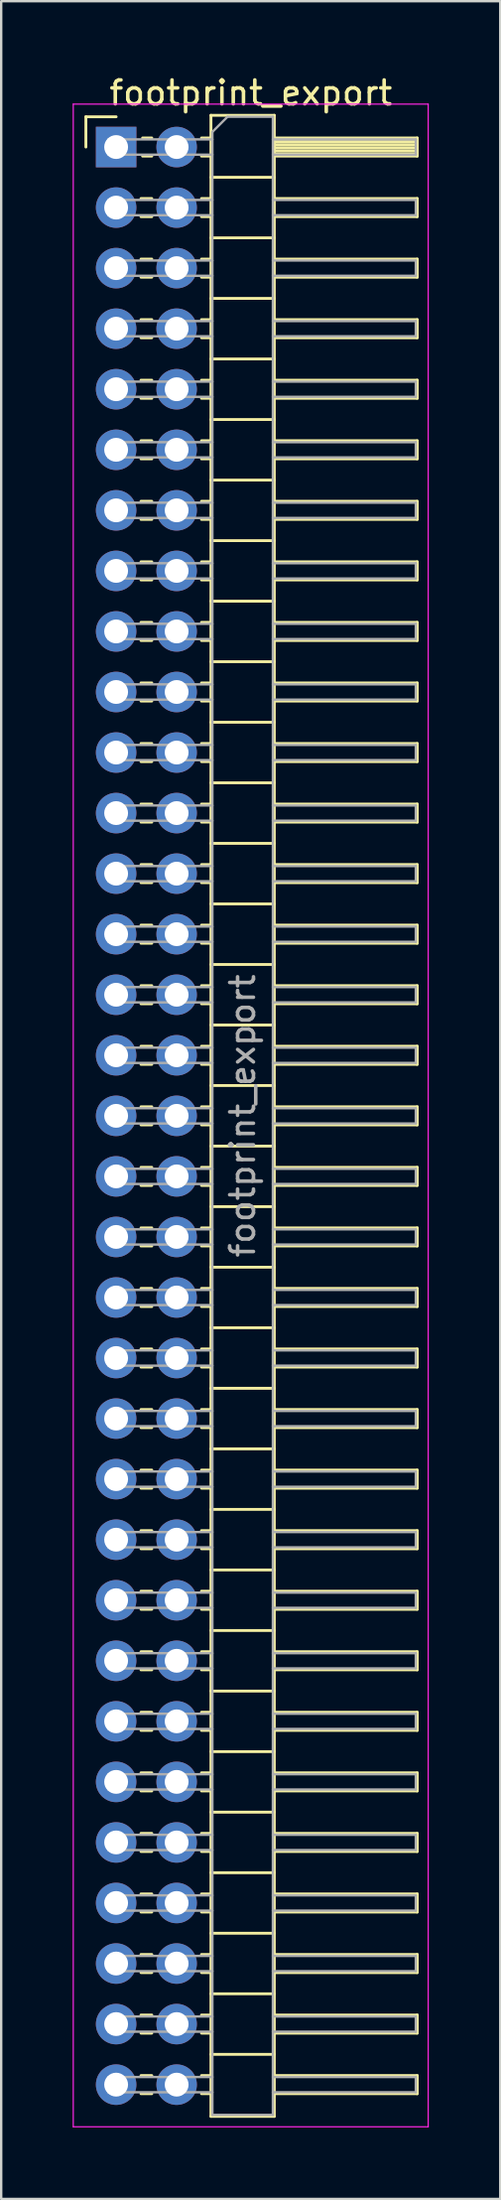
<source format=kicad_pcb>
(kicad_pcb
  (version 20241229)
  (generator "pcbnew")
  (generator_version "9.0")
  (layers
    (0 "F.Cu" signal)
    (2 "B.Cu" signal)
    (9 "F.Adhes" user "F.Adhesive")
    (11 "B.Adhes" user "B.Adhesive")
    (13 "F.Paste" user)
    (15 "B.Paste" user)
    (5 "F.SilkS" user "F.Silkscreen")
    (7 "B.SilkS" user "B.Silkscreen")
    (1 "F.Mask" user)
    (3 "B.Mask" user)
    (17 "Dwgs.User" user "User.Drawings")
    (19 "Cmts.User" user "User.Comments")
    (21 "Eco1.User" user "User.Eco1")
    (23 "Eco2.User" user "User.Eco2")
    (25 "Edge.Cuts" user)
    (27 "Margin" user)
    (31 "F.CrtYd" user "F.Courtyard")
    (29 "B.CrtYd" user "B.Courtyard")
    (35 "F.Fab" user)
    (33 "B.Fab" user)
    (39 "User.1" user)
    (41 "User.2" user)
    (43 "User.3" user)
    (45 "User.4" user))
  (footprint "footprint_export"
    (layer "F.Cu")
    (at 1.825 3.118)
    (property "Reference" "footprint_export" (at 5.655 -2.27 0) (layer "F.SilkS") (effects (font (size 1 1) (thickness 0.15))))
    (attr through_hole)
    (fp_line (start -1.27 -1.27) (end 0 -1.27) (stroke (width 0.12) (type solid)) (layer "F.SilkS"))
    (fp_line (start -1.27 0) (end -1.27 -1.27) (stroke (width 0.12) (type solid)) (layer "F.SilkS"))
    (fp_line (start 1.043 2.16) (end 1.497 2.16) (stroke (width 0.12) (type solid)) (layer "F.SilkS"))
    (fp_line (start 1.043 2.92) (end 1.497 2.92) (stroke (width 0.12) (type solid)) (layer "F.SilkS"))
    (fp_line (start 1.043 4.7) (end 1.497 4.7) (stroke (width 0.12) (type solid)) (layer "F.SilkS"))
    (fp_line (start 1.043 5.46) (end 1.497 5.46) (stroke (width 0.12) (type solid)) (layer "F.SilkS"))
    (fp_line (start 1.043 7.24) (end 1.497 7.24) (stroke (width 0.12) (type solid)) (layer "F.SilkS"))
    (fp_line (start 1.043 8) (end 1.497 8) (stroke (width 0.12) (type solid)) (layer "F.SilkS"))
    (fp_line (start 1.043 9.78) (end 1.497 9.78) (stroke (width 0.12) (type solid)) (layer "F.SilkS"))
    (fp_line (start 1.043 10.54) (end 1.497 10.54) (stroke (width 0.12) (type solid)) (layer "F.SilkS"))
    (fp_line (start 1.043 12.32) (end 1.497 12.32) (stroke (width 0.12) (type solid)) (layer "F.SilkS"))
    (fp_line (start 1.043 13.08) (end 1.497 13.08) (stroke (width 0.12) (type solid)) (layer "F.SilkS"))
    (fp_line (start 1.043 14.86) (end 1.497 14.86) (stroke (width 0.12) (type solid)) (layer "F.SilkS"))
    (fp_line (start 1.043 15.62) (end 1.497 15.62) (stroke (width 0.12) (type solid)) (layer "F.SilkS"))
    (fp_line (start 1.043 17.4) (end 1.497 17.4) (stroke (width 0.12) (type solid)) (layer "F.SilkS"))
    (fp_line (start 1.043 18.16) (end 1.497 18.16) (stroke (width 0.12) (type solid)) (layer "F.SilkS"))
    (fp_line (start 1.043 19.94) (end 1.497 19.94) (stroke (width 0.12) (type solid)) (layer "F.SilkS"))
    (fp_line (start 1.043 20.7) (end 1.497 20.7) (stroke (width 0.12) (type solid)) (layer "F.SilkS"))
    (fp_line (start 1.043 22.48) (end 1.497 22.48) (stroke (width 0.12) (type solid)) (layer "F.SilkS"))
    (fp_line (start 1.043 23.24) (end 1.497 23.24) (stroke (width 0.12) (type solid)) (layer "F.SilkS"))
    (fp_line (start 1.043 25.02) (end 1.497 25.02) (stroke (width 0.12) (type solid)) (layer "F.SilkS"))
    (fp_line (start 1.043 25.78) (end 1.497 25.78) (stroke (width 0.12) (type solid)) (layer "F.SilkS"))
    (fp_line (start 1.043 27.56) (end 1.497 27.56) (stroke (width 0.12) (type solid)) (layer "F.SilkS"))
    (fp_line (start 1.043 28.32) (end 1.497 28.32) (stroke (width 0.12) (type solid)) (layer "F.SilkS"))
    (fp_line (start 1.043 30.1) (end 1.497 30.1) (stroke (width 0.12) (type solid)) (layer "F.SilkS"))
    (fp_line (start 1.043 30.86) (end 1.497 30.86) (stroke (width 0.12) (type solid)) (layer "F.SilkS"))
    (fp_line (start 1.043 32.64) (end 1.497 32.64) (stroke (width 0.12) (type solid)) (layer "F.SilkS"))
    (fp_line (start 1.043 33.4) (end 1.497 33.4) (stroke (width 0.12) (type solid)) (layer "F.SilkS"))
    (fp_line (start 1.043 35.18) (end 1.497 35.18) (stroke (width 0.12) (type solid)) (layer "F.SilkS"))
    (fp_line (start 1.043 35.94) (end 1.497 35.94) (stroke (width 0.12) (type solid)) (layer "F.SilkS"))
    (fp_line (start 1.043 37.72) (end 1.497 37.72) (stroke (width 0.12) (type solid)) (layer "F.SilkS"))
    (fp_line (start 1.043 38.48) (end 1.497 38.48) (stroke (width 0.12) (type solid)) (layer "F.SilkS"))
    (fp_line (start 1.043 40.26) (end 1.497 40.26) (stroke (width 0.12) (type solid)) (layer "F.SilkS"))
    (fp_line (start 1.043 41.02) (end 1.497 41.02) (stroke (width 0.12) (type solid)) (layer "F.SilkS"))
    (fp_line (start 1.043 42.8) (end 1.497 42.8) (stroke (width 0.12) (type solid)) (layer "F.SilkS"))
    (fp_line (start 1.043 43.56) (end 1.497 43.56) (stroke (width 0.12) (type solid)) (layer "F.SilkS"))
    (fp_line (start 1.043 45.34) (end 1.497 45.34) (stroke (width 0.12) (type solid)) (layer "F.SilkS"))
    (fp_line (start 1.043 46.1) (end 1.497 46.1) (stroke (width 0.12) (type solid)) (layer "F.SilkS"))
    (fp_line (start 1.043 47.88) (end 1.497 47.88) (stroke (width 0.12) (type solid)) (layer "F.SilkS"))
    (fp_line (start 1.043 48.64) (end 1.497 48.64) (stroke (width 0.12) (type solid)) (layer "F.SilkS"))
    (fp_line (start 1.043 50.42) (end 1.497 50.42) (stroke (width 0.12) (type solid)) (layer "F.SilkS"))
    (fp_line (start 1.043 51.18) (end 1.497 51.18) (stroke (width 0.12) (type solid)) (layer "F.SilkS"))
    (fp_line (start 1.043 52.96) (end 1.497 52.96) (stroke (width 0.12) (type solid)) (layer "F.SilkS"))
    (fp_line (start 1.043 53.72) (end 1.497 53.72) (stroke (width 0.12) (type solid)) (layer "F.SilkS"))
    (fp_line (start 1.043 55.5) (end 1.497 55.5) (stroke (width 0.12) (type solid)) (layer "F.SilkS"))
    (fp_line (start 1.043 56.26) (end 1.497 56.26) (stroke (width 0.12) (type solid)) (layer "F.SilkS"))
    (fp_line (start 1.043 58.04) (end 1.497 58.04) (stroke (width 0.12) (type solid)) (layer "F.SilkS"))
    (fp_line (start 1.043 58.8) (end 1.497 58.8) (stroke (width 0.12) (type solid)) (layer "F.SilkS"))
    (fp_line (start 1.043 60.58) (end 1.497 60.58) (stroke (width 0.12) (type solid)) (layer "F.SilkS"))
    (fp_line (start 1.043 61.34) (end 1.497 61.34) (stroke (width 0.12) (type solid)) (layer "F.SilkS"))
    (fp_line (start 1.043 63.12) (end 1.497 63.12) (stroke (width 0.12) (type solid)) (layer "F.SilkS"))
    (fp_line (start 1.043 63.88) (end 1.497 63.88) (stroke (width 0.12) (type solid)) (layer "F.SilkS"))
    (fp_line (start 1.043 65.66) (end 1.497 65.66) (stroke (width 0.12) (type solid)) (layer "F.SilkS"))
    (fp_line (start 1.043 66.42) (end 1.497 66.42) (stroke (width 0.12) (type solid)) (layer "F.SilkS"))
    (fp_line (start 1.043 68.2) (end 1.497 68.2) (stroke (width 0.12) (type solid)) (layer "F.SilkS"))
    (fp_line (start 1.043 68.96) (end 1.497 68.96) (stroke (width 0.12) (type solid)) (layer "F.SilkS"))
    (fp_line (start 1.043 70.74) (end 1.497 70.74) (stroke (width 0.12) (type solid)) (layer "F.SilkS"))
    (fp_line (start 1.043 71.5) (end 1.497 71.5) (stroke (width 0.12) (type solid)) (layer "F.SilkS"))
    (fp_line (start 1.043 73.28) (end 1.497 73.28) (stroke (width 0.12) (type solid)) (layer "F.SilkS"))
    (fp_line (start 1.043 74.04) (end 1.497 74.04) (stroke (width 0.12) (type solid)) (layer "F.SilkS"))
    (fp_line (start 1.043 75.82) (end 1.497 75.82) (stroke (width 0.12) (type solid)) (layer "F.SilkS"))
    (fp_line (start 1.043 76.58) (end 1.497 76.58) (stroke (width 0.12) (type solid)) (layer "F.SilkS"))
    (fp_line (start 1.043 78.36) (end 1.497 78.36) (stroke (width 0.12) (type solid)) (layer "F.SilkS"))
    (fp_line (start 1.043 79.12) (end 1.497 79.12) (stroke (width 0.12) (type solid)) (layer "F.SilkS"))
    (fp_line (start 1.043 80.9) (end 1.497 80.9) (stroke (width 0.12) (type solid)) (layer "F.SilkS"))
    (fp_line (start 1.043 81.66) (end 1.497 81.66) (stroke (width 0.12) (type solid)) (layer "F.SilkS"))
    (fp_line (start 1.11 -0.38) (end 1.497 -0.38) (stroke (width 0.12) (type solid)) (layer "F.SilkS"))
    (fp_line (start 1.11 0.38) (end 1.497 0.38) (stroke (width 0.12) (type solid)) (layer "F.SilkS"))
    (fp_line (start 3.583 -0.38) (end 3.98 -0.38) (stroke (width 0.12) (type solid)) (layer "F.SilkS"))
    (fp_line (start 3.583 0.38) (end 3.98 0.38) (stroke (width 0.12) (type solid)) (layer "F.SilkS"))
    (fp_line (start 3.583 2.16) (end 3.98 2.16) (stroke (width 0.12) (type solid)) (layer "F.SilkS"))
    (fp_line (start 3.583 2.92) (end 3.98 2.92) (stroke (width 0.12) (type solid)) (layer "F.SilkS"))
    (fp_line (start 3.583 4.7) (end 3.98 4.7) (stroke (width 0.12) (type solid)) (layer "F.SilkS"))
    (fp_line (start 3.583 5.46) (end 3.98 5.46) (stroke (width 0.12) (type solid)) (layer "F.SilkS"))
    (fp_line (start 3.583 7.24) (end 3.98 7.24) (stroke (width 0.12) (type solid)) (layer "F.SilkS"))
    (fp_line (start 3.583 8) (end 3.98 8) (stroke (width 0.12) (type solid)) (layer "F.SilkS"))
    (fp_line (start 3.583 9.78) (end 3.98 9.78) (stroke (width 0.12) (type solid)) (layer "F.SilkS"))
    (fp_line (start 3.583 10.54) (end 3.98 10.54) (stroke (width 0.12) (type solid)) (layer "F.SilkS"))
    (fp_line (start 3.583 12.32) (end 3.98 12.32) (stroke (width 0.12) (type solid)) (layer "F.SilkS"))
    (fp_line (start 3.583 13.08) (end 3.98 13.08) (stroke (width 0.12) (type solid)) (layer "F.SilkS"))
    (fp_line (start 3.583 14.86) (end 3.98 14.86) (stroke (width 0.12) (type solid)) (layer "F.SilkS"))
    (fp_line (start 3.583 15.62) (end 3.98 15.62) (stroke (width 0.12) (type solid)) (layer "F.SilkS"))
    (fp_line (start 3.583 17.4) (end 3.98 17.4) (stroke (width 0.12) (type solid)) (layer "F.SilkS"))
    (fp_line (start 3.583 18.16) (end 3.98 18.16) (stroke (width 0.12) (type solid)) (layer "F.SilkS"))
    (fp_line (start 3.583 19.94) (end 3.98 19.94) (stroke (width 0.12) (type solid)) (layer "F.SilkS"))
    (fp_line (start 3.583 20.7) (end 3.98 20.7) (stroke (width 0.12) (type solid)) (layer "F.SilkS"))
    (fp_line (start 3.583 22.48) (end 3.98 22.48) (stroke (width 0.12) (type solid)) (layer "F.SilkS"))
    (fp_line (start 3.583 23.24) (end 3.98 23.24) (stroke (width 0.12) (type solid)) (layer "F.SilkS"))
    (fp_line (start 3.583 25.02) (end 3.98 25.02) (stroke (width 0.12) (type solid)) (layer "F.SilkS"))
    (fp_line (start 3.583 25.78) (end 3.98 25.78) (stroke (width 0.12) (type solid)) (layer "F.SilkS"))
    (fp_line (start 3.583 27.56) (end 3.98 27.56) (stroke (width 0.12) (type solid)) (layer "F.SilkS"))
    (fp_line (start 3.583 28.32) (end 3.98 28.32) (stroke (width 0.12) (type solid)) (layer "F.SilkS"))
    (fp_line (start 3.583 30.1) (end 3.98 30.1) (stroke (width 0.12) (type solid)) (layer "F.SilkS"))
    (fp_line (start 3.583 30.86) (end 3.98 30.86) (stroke (width 0.12) (type solid)) (layer "F.SilkS"))
    (fp_line (start 3.583 32.64) (end 3.98 32.64) (stroke (width 0.12) (type solid)) (layer "F.SilkS"))
    (fp_line (start 3.583 33.4) (end 3.98 33.4) (stroke (width 0.12) (type solid)) (layer "F.SilkS"))
    (fp_line (start 3.583 35.18) (end 3.98 35.18) (stroke (width 0.12) (type solid)) (layer "F.SilkS"))
    (fp_line (start 3.583 35.94) (end 3.98 35.94) (stroke (width 0.12) (type solid)) (layer "F.SilkS"))
    (fp_line (start 3.583 37.72) (end 3.98 37.72) (stroke (width 0.12) (type solid)) (layer "F.SilkS"))
    (fp_line (start 3.583 38.48) (end 3.98 38.48) (stroke (width 0.12) (type solid)) (layer "F.SilkS"))
    (fp_line (start 3.583 40.26) (end 3.98 40.26) (stroke (width 0.12) (type solid)) (layer "F.SilkS"))
    (fp_line (start 3.583 41.02) (end 3.98 41.02) (stroke (width 0.12) (type solid)) (layer "F.SilkS"))
    (fp_line (start 3.583 42.8) (end 3.98 42.8) (stroke (width 0.12) (type solid)) (layer "F.SilkS"))
    (fp_line (start 3.583 43.56) (end 3.98 43.56) (stroke (width 0.12) (type solid)) (layer "F.SilkS"))
    (fp_line (start 3.583 45.34) (end 3.98 45.34) (stroke (width 0.12) (type solid)) (layer "F.SilkS"))
    (fp_line (start 3.583 46.1) (end 3.98 46.1) (stroke (width 0.12) (type solid)) (layer "F.SilkS"))
    (fp_line (start 3.583 47.88) (end 3.98 47.88) (stroke (width 0.12) (type solid)) (layer "F.SilkS"))
    (fp_line (start 3.583 48.64) (end 3.98 48.64) (stroke (width 0.12) (type solid)) (layer "F.SilkS"))
    (fp_line (start 3.583 50.42) (end 3.98 50.42) (stroke (width 0.12) (type solid)) (layer "F.SilkS"))
    (fp_line (start 3.583 51.18) (end 3.98 51.18) (stroke (width 0.12) (type solid)) (layer "F.SilkS"))
    (fp_line (start 3.583 52.96) (end 3.98 52.96) (stroke (width 0.12) (type solid)) (layer "F.SilkS"))
    (fp_line (start 3.583 53.72) (end 3.98 53.72) (stroke (width 0.12) (type solid)) (layer "F.SilkS"))
    (fp_line (start 3.583 55.5) (end 3.98 55.5) (stroke (width 0.12) (type solid)) (layer "F.SilkS"))
    (fp_line (start 3.583 56.26) (end 3.98 56.26) (stroke (width 0.12) (type solid)) (layer "F.SilkS"))
    (fp_line (start 3.583 58.04) (end 3.98 58.04) (stroke (width 0.12) (type solid)) (layer "F.SilkS"))
    (fp_line (start 3.583 58.8) (end 3.98 58.8) (stroke (width 0.12) (type solid)) (layer "F.SilkS"))
    (fp_line (start 3.583 60.58) (end 3.98 60.58) (stroke (width 0.12) (type solid)) (layer "F.SilkS"))
    (fp_line (start 3.583 61.34) (end 3.98 61.34) (stroke (width 0.12) (type solid)) (layer "F.SilkS"))
    (fp_line (start 3.583 63.12) (end 3.98 63.12) (stroke (width 0.12) (type solid)) (layer "F.SilkS"))
    (fp_line (start 3.583 63.88) (end 3.98 63.88) (stroke (width 0.12) (type solid)) (layer "F.SilkS"))
    (fp_line (start 3.583 65.66) (end 3.98 65.66) (stroke (width 0.12) (type solid)) (layer "F.SilkS"))
    (fp_line (start 3.583 66.42) (end 3.98 66.42) (stroke (width 0.12) (type solid)) (layer "F.SilkS"))
    (fp_line (start 3.583 68.2) (end 3.98 68.2) (stroke (width 0.12) (type solid)) (layer "F.SilkS"))
    (fp_line (start 3.583 68.96) (end 3.98 68.96) (stroke (width 0.12) (type solid)) (layer "F.SilkS"))
    (fp_line (start 3.583 70.74) (end 3.98 70.74) (stroke (width 0.12) (type solid)) (layer "F.SilkS"))
    (fp_line (start 3.583 71.5) (end 3.98 71.5) (stroke (width 0.12) (type solid)) (layer "F.SilkS"))
    (fp_line (start 3.583 73.28) (end 3.98 73.28) (stroke (width 0.12) (type solid)) (layer "F.SilkS"))
    (fp_line (start 3.583 74.04) (end 3.98 74.04) (stroke (width 0.12) (type solid)) (layer "F.SilkS"))
    (fp_line (start 3.583 75.82) (end 3.98 75.82) (stroke (width 0.12) (type solid)) (layer "F.SilkS"))
    (fp_line (start 3.583 76.58) (end 3.98 76.58) (stroke (width 0.12) (type solid)) (layer "F.SilkS"))
    (fp_line (start 3.583 78.36) (end 3.98 78.36) (stroke (width 0.12) (type solid)) (layer "F.SilkS"))
    (fp_line (start 3.583 79.12) (end 3.98 79.12) (stroke (width 0.12) (type solid)) (layer "F.SilkS"))
    (fp_line (start 3.583 80.9) (end 3.98 80.9) (stroke (width 0.12) (type solid)) (layer "F.SilkS"))
    (fp_line (start 3.583 81.66) (end 3.98 81.66) (stroke (width 0.12) (type solid)) (layer "F.SilkS"))
    (fp_line (start 3.98 -1.33) (end 3.98 82.61) (stroke (width 0.12) (type solid)) (layer "F.SilkS"))
    (fp_line (start 3.98 1.27) (end 6.64 1.27) (stroke (width 0.12) (type solid)) (layer "F.SilkS"))
    (fp_line (start 3.98 3.81) (end 6.64 3.81) (stroke (width 0.12) (type solid)) (layer "F.SilkS"))
    (fp_line (start 3.98 6.35) (end 6.64 6.35) (stroke (width 0.12) (type solid)) (layer "F.SilkS"))
    (fp_line (start 3.98 8.89) (end 6.64 8.89) (stroke (width 0.12) (type solid)) (layer "F.SilkS"))
    (fp_line (start 3.98 11.43) (end 6.64 11.43) (stroke (width 0.12) (type solid)) (layer "F.SilkS"))
    (fp_line (start 3.98 13.97) (end 6.64 13.97) (stroke (width 0.12) (type solid)) (layer "F.SilkS"))
    (fp_line (start 3.98 16.51) (end 6.64 16.51) (stroke (width 0.12) (type solid)) (layer "F.SilkS"))
    (fp_line (start 3.98 19.05) (end 6.64 19.05) (stroke (width 0.12) (type solid)) (layer "F.SilkS"))
    (fp_line (start 3.98 21.59) (end 6.64 21.59) (stroke (width 0.12) (type solid)) (layer "F.SilkS"))
    (fp_line (start 3.98 24.13) (end 6.64 24.13) (stroke (width 0.12) (type solid)) (layer "F.SilkS"))
    (fp_line (start 3.98 26.67) (end 6.64 26.67) (stroke (width 0.12) (type solid)) (layer "F.SilkS"))
    (fp_line (start 3.98 29.21) (end 6.64 29.21) (stroke (width 0.12) (type solid)) (layer "F.SilkS"))
    (fp_line (start 3.98 31.75) (end 6.64 31.75) (stroke (width 0.12) (type solid)) (layer "F.SilkS"))
    (fp_line (start 3.98 34.29) (end 6.64 34.29) (stroke (width 0.12) (type solid)) (layer "F.SilkS"))
    (fp_line (start 3.98 36.83) (end 6.64 36.83) (stroke (width 0.12) (type solid)) (layer "F.SilkS"))
    (fp_line (start 3.98 39.37) (end 6.64 39.37) (stroke (width 0.12) (type solid)) (layer "F.SilkS"))
    (fp_line (start 3.98 41.91) (end 6.64 41.91) (stroke (width 0.12) (type solid)) (layer "F.SilkS"))
    (fp_line (start 3.98 44.45) (end 6.64 44.45) (stroke (width 0.12) (type solid)) (layer "F.SilkS"))
    (fp_line (start 3.98 46.99) (end 6.64 46.99) (stroke (width 0.12) (type solid)) (layer "F.SilkS"))
    (fp_line (start 3.98 49.53) (end 6.64 49.53) (stroke (width 0.12) (type solid)) (layer "F.SilkS"))
    (fp_line (start 3.98 52.07) (end 6.64 52.07) (stroke (width 0.12) (type solid)) (layer "F.SilkS"))
    (fp_line (start 3.98 54.61) (end 6.64 54.61) (stroke (width 0.12) (type solid)) (layer "F.SilkS"))
    (fp_line (start 3.98 57.15) (end 6.64 57.15) (stroke (width 0.12) (type solid)) (layer "F.SilkS"))
    (fp_line (start 3.98 59.69) (end 6.64 59.69) (stroke (width 0.12) (type solid)) (layer "F.SilkS"))
    (fp_line (start 3.98 62.23) (end 6.64 62.23) (stroke (width 0.12) (type solid)) (layer "F.SilkS"))
    (fp_line (start 3.98 64.77) (end 6.64 64.77) (stroke (width 0.12) (type solid)) (layer "F.SilkS"))
    (fp_line (start 3.98 67.31) (end 6.64 67.31) (stroke (width 0.12) (type solid)) (layer "F.SilkS"))
    (fp_line (start 3.98 69.85) (end 6.64 69.85) (stroke (width 0.12) (type solid)) (layer "F.SilkS"))
    (fp_line (start 3.98 72.39) (end 6.64 72.39) (stroke (width 0.12) (type solid)) (layer "F.SilkS"))
    (fp_line (start 3.98 74.93) (end 6.64 74.93) (stroke (width 0.12) (type solid)) (layer "F.SilkS"))
    (fp_line (start 3.98 77.47) (end 6.64 77.47) (stroke (width 0.12) (type solid)) (layer "F.SilkS"))
    (fp_line (start 3.98 80.01) (end 6.64 80.01) (stroke (width 0.12) (type solid)) (layer "F.SilkS"))
    (fp_line (start 3.98 82.61) (end 6.64 82.61) (stroke (width 0.12) (type solid)) (layer "F.SilkS"))
    (fp_line (start 6.64 -1.33) (end 3.98 -1.33) (stroke (width 0.12) (type solid)) (layer "F.SilkS"))
    (fp_line (start 6.64 -0.38) (end 12.64 -0.38) (stroke (width 0.12) (type solid)) (layer "F.SilkS"))
    (fp_line (start 6.64 -0.32) (end 12.64 -0.32) (stroke (width 0.12) (type solid)) (layer "F.SilkS"))
    (fp_line (start 6.64 -0.2) (end 12.64 -0.2) (stroke (width 0.12) (type solid)) (layer "F.SilkS"))
    (fp_line (start 6.64 -0.08) (end 12.64 -0.08) (stroke (width 0.12) (type solid)) (layer "F.SilkS"))
    (fp_line (start 6.64 0.04) (end 12.64 0.04) (stroke (width 0.12) (type solid)) (layer "F.SilkS"))
    (fp_line (start 6.64 0.16) (end 12.64 0.16) (stroke (width 0.12) (type solid)) (layer "F.SilkS"))
    (fp_line (start 6.64 0.28) (end 12.64 0.28) (stroke (width 0.12) (type solid)) (layer "F.SilkS"))
    (fp_line (start 6.64 2.16) (end 12.64 2.16) (stroke (width 0.12) (type solid)) (layer "F.SilkS"))
    (fp_line (start 6.64 4.7) (end 12.64 4.7) (stroke (width 0.12) (type solid)) (layer "F.SilkS"))
    (fp_line (start 6.64 7.24) (end 12.64 7.24) (stroke (width 0.12) (type solid)) (layer "F.SilkS"))
    (fp_line (start 6.64 9.78) (end 12.64 9.78) (stroke (width 0.12) (type solid)) (layer "F.SilkS"))
    (fp_line (start 6.64 12.32) (end 12.64 12.32) (stroke (width 0.12) (type solid)) (layer "F.SilkS"))
    (fp_line (start 6.64 14.86) (end 12.64 14.86) (stroke (width 0.12) (type solid)) (layer "F.SilkS"))
    (fp_line (start 6.64 17.4) (end 12.64 17.4) (stroke (width 0.12) (type solid)) (layer "F.SilkS"))
    (fp_line (start 6.64 19.94) (end 12.64 19.94) (stroke (width 0.12) (type solid)) (layer "F.SilkS"))
    (fp_line (start 6.64 22.48) (end 12.64 22.48) (stroke (width 0.12) (type solid)) (layer "F.SilkS"))
    (fp_line (start 6.64 25.02) (end 12.64 25.02) (stroke (width 0.12) (type solid)) (layer "F.SilkS"))
    (fp_line (start 6.64 27.56) (end 12.64 27.56) (stroke (width 0.12) (type solid)) (layer "F.SilkS"))
    (fp_line (start 6.64 30.1) (end 12.64 30.1) (stroke (width 0.12) (type solid)) (layer "F.SilkS"))
    (fp_line (start 6.64 32.64) (end 12.64 32.64) (stroke (width 0.12) (type solid)) (layer "F.SilkS"))
    (fp_line (start 6.64 35.18) (end 12.64 35.18) (stroke (width 0.12) (type solid)) (layer "F.SilkS"))
    (fp_line (start 6.64 37.72) (end 12.64 37.72) (stroke (width 0.12) (type solid)) (layer "F.SilkS"))
    (fp_line (start 6.64 40.26) (end 12.64 40.26) (stroke (width 0.12) (type solid)) (layer "F.SilkS"))
    (fp_line (start 6.64 42.8) (end 12.64 42.8) (stroke (width 0.12) (type solid)) (layer "F.SilkS"))
    (fp_line (start 6.64 45.34) (end 12.64 45.34) (stroke (width 0.12) (type solid)) (layer "F.SilkS"))
    (fp_line (start 6.64 47.88) (end 12.64 47.88) (stroke (width 0.12) (type solid)) (layer "F.SilkS"))
    (fp_line (start 6.64 50.42) (end 12.64 50.42) (stroke (width 0.12) (type solid)) (layer "F.SilkS"))
    (fp_line (start 6.64 52.96) (end 12.64 52.96) (stroke (width 0.12) (type solid)) (layer "F.SilkS"))
    (fp_line (start 6.64 55.5) (end 12.64 55.5) (stroke (width 0.12) (type solid)) (layer "F.SilkS"))
    (fp_line (start 6.64 58.04) (end 12.64 58.04) (stroke (width 0.12) (type solid)) (layer "F.SilkS"))
    (fp_line (start 6.64 60.58) (end 12.64 60.58) (stroke (width 0.12) (type solid)) (layer "F.SilkS"))
    (fp_line (start 6.64 63.12) (end 12.64 63.12) (stroke (width 0.12) (type solid)) (layer "F.SilkS"))
    (fp_line (start 6.64 65.66) (end 12.64 65.66) (stroke (width 0.12) (type solid)) (layer "F.SilkS"))
    (fp_line (start 6.64 68.2) (end 12.64 68.2) (stroke (width 0.12) (type solid)) (layer "F.SilkS"))
    (fp_line (start 6.64 70.74) (end 12.64 70.74) (stroke (width 0.12) (type solid)) (layer "F.SilkS"))
    (fp_line (start 6.64 73.28) (end 12.64 73.28) (stroke (width 0.12) (type solid)) (layer "F.SilkS"))
    (fp_line (start 6.64 75.82) (end 12.64 75.82) (stroke (width 0.12) (type solid)) (layer "F.SilkS"))
    (fp_line (start 6.64 78.36) (end 12.64 78.36) (stroke (width 0.12) (type solid)) (layer "F.SilkS"))
    (fp_line (start 6.64 80.9) (end 12.64 80.9) (stroke (width 0.12) (type solid)) (layer "F.SilkS"))
    (fp_line (start 6.64 82.61) (end 6.64 -1.33) (stroke (width 0.12) (type solid)) (layer "F.SilkS"))
    (fp_line (start 12.64 -0.38) (end 12.64 0.38) (stroke (width 0.12) (type solid)) (layer "F.SilkS"))
    (fp_line (start 12.64 0.38) (end 6.64 0.38) (stroke (width 0.12) (type solid)) (layer "F.SilkS"))
    (fp_line (start 12.64 2.16) (end 12.64 2.92) (stroke (width 0.12) (type solid)) (layer "F.SilkS"))
    (fp_line (start 12.64 2.92) (end 6.64 2.92) (stroke (width 0.12) (type solid)) (layer "F.SilkS"))
    (fp_line (start 12.64 4.7) (end 12.64 5.46) (stroke (width 0.12) (type solid)) (layer "F.SilkS"))
    (fp_line (start 12.64 5.46) (end 6.64 5.46) (stroke (width 0.12) (type solid)) (layer "F.SilkS"))
    (fp_line (start 12.64 7.24) (end 12.64 8) (stroke (width 0.12) (type solid)) (layer "F.SilkS"))
    (fp_line (start 12.64 8) (end 6.64 8) (stroke (width 0.12) (type solid)) (layer "F.SilkS"))
    (fp_line (start 12.64 9.78) (end 12.64 10.54) (stroke (width 0.12) (type solid)) (layer "F.SilkS"))
    (fp_line (start 12.64 10.54) (end 6.64 10.54) (stroke (width 0.12) (type solid)) (layer "F.SilkS"))
    (fp_line (start 12.64 12.32) (end 12.64 13.08) (stroke (width 0.12) (type solid)) (layer "F.SilkS"))
    (fp_line (start 12.64 13.08) (end 6.64 13.08) (stroke (width 0.12) (type solid)) (layer "F.SilkS"))
    (fp_line (start 12.64 14.86) (end 12.64 15.62) (stroke (width 0.12) (type solid)) (layer "F.SilkS"))
    (fp_line (start 12.64 15.62) (end 6.64 15.62) (stroke (width 0.12) (type solid)) (layer "F.SilkS"))
    (fp_line (start 12.64 17.4) (end 12.64 18.16) (stroke (width 0.12) (type solid)) (layer "F.SilkS"))
    (fp_line (start 12.64 18.16) (end 6.64 18.16) (stroke (width 0.12) (type solid)) (layer "F.SilkS"))
    (fp_line (start 12.64 19.94) (end 12.64 20.7) (stroke (width 0.12) (type solid)) (layer "F.SilkS"))
    (fp_line (start 12.64 20.7) (end 6.64 20.7) (stroke (width 0.12) (type solid)) (layer "F.SilkS"))
    (fp_line (start 12.64 22.48) (end 12.64 23.24) (stroke (width 0.12) (type solid)) (layer "F.SilkS"))
    (fp_line (start 12.64 23.24) (end 6.64 23.24) (stroke (width 0.12) (type solid)) (layer "F.SilkS"))
    (fp_line (start 12.64 25.02) (end 12.64 25.78) (stroke (width 0.12) (type solid)) (layer "F.SilkS"))
    (fp_line (start 12.64 25.78) (end 6.64 25.78) (stroke (width 0.12) (type solid)) (layer "F.SilkS"))
    (fp_line (start 12.64 27.56) (end 12.64 28.32) (stroke (width 0.12) (type solid)) (layer "F.SilkS"))
    (fp_line (start 12.64 28.32) (end 6.64 28.32) (stroke (width 0.12) (type solid)) (layer "F.SilkS"))
    (fp_line (start 12.64 30.1) (end 12.64 30.86) (stroke (width 0.12) (type solid)) (layer "F.SilkS"))
    (fp_line (start 12.64 30.86) (end 6.64 30.86) (stroke (width 0.12) (type solid)) (layer "F.SilkS"))
    (fp_line (start 12.64 32.64) (end 12.64 33.4) (stroke (width 0.12) (type solid)) (layer "F.SilkS"))
    (fp_line (start 12.64 33.4) (end 6.64 33.4) (stroke (width 0.12) (type solid)) (layer "F.SilkS"))
    (fp_line (start 12.64 35.18) (end 12.64 35.94) (stroke (width 0.12) (type solid)) (layer "F.SilkS"))
    (fp_line (start 12.64 35.94) (end 6.64 35.94) (stroke (width 0.12) (type solid)) (layer "F.SilkS"))
    (fp_line (start 12.64 37.72) (end 12.64 38.48) (stroke (width 0.12) (type solid)) (layer "F.SilkS"))
    (fp_line (start 12.64 38.48) (end 6.64 38.48) (stroke (width 0.12) (type solid)) (layer "F.SilkS"))
    (fp_line (start 12.64 40.26) (end 12.64 41.02) (stroke (width 0.12) (type solid)) (layer "F.SilkS"))
    (fp_line (start 12.64 41.02) (end 6.64 41.02) (stroke (width 0.12) (type solid)) (layer "F.SilkS"))
    (fp_line (start 12.64 42.8) (end 12.64 43.56) (stroke (width 0.12) (type solid)) (layer "F.SilkS"))
    (fp_line (start 12.64 43.56) (end 6.64 43.56) (stroke (width 0.12) (type solid)) (layer "F.SilkS"))
    (fp_line (start 12.64 45.34) (end 12.64 46.1) (stroke (width 0.12) (type solid)) (layer "F.SilkS"))
    (fp_line (start 12.64 46.1) (end 6.64 46.1) (stroke (width 0.12) (type solid)) (layer "F.SilkS"))
    (fp_line (start 12.64 47.88) (end 12.64 48.64) (stroke (width 0.12) (type solid)) (layer "F.SilkS"))
    (fp_line (start 12.64 48.64) (end 6.64 48.64) (stroke (width 0.12) (type solid)) (layer "F.SilkS"))
    (fp_line (start 12.64 50.42) (end 12.64 51.18) (stroke (width 0.12) (type solid)) (layer "F.SilkS"))
    (fp_line (start 12.64 51.18) (end 6.64 51.18) (stroke (width 0.12) (type solid)) (layer "F.SilkS"))
    (fp_line (start 12.64 52.96) (end 12.64 53.72) (stroke (width 0.12) (type solid)) (layer "F.SilkS"))
    (fp_line (start 12.64 53.72) (end 6.64 53.72) (stroke (width 0.12) (type solid)) (layer "F.SilkS"))
    (fp_line (start 12.64 55.5) (end 12.64 56.26) (stroke (width 0.12) (type solid)) (layer "F.SilkS"))
    (fp_line (start 12.64 56.26) (end 6.64 56.26) (stroke (width 0.12) (type solid)) (layer "F.SilkS"))
    (fp_line (start 12.64 58.04) (end 12.64 58.8) (stroke (width 0.12) (type solid)) (layer "F.SilkS"))
    (fp_line (start 12.64 58.8) (end 6.64 58.8) (stroke (width 0.12) (type solid)) (layer "F.SilkS"))
    (fp_line (start 12.64 60.58) (end 12.64 61.34) (stroke (width 0.12) (type solid)) (layer "F.SilkS"))
    (fp_line (start 12.64 61.34) (end 6.64 61.34) (stroke (width 0.12) (type solid)) (layer "F.SilkS"))
    (fp_line (start 12.64 63.12) (end 12.64 63.88) (stroke (width 0.12) (type solid)) (layer "F.SilkS"))
    (fp_line (start 12.64 63.88) (end 6.64 63.88) (stroke (width 0.12) (type solid)) (layer "F.SilkS"))
    (fp_line (start 12.64 65.66) (end 12.64 66.42) (stroke (width 0.12) (type solid)) (layer "F.SilkS"))
    (fp_line (start 12.64 66.42) (end 6.64 66.42) (stroke (width 0.12) (type solid)) (layer "F.SilkS"))
    (fp_line (start 12.64 68.2) (end 12.64 68.96) (stroke (width 0.12) (type solid)) (layer "F.SilkS"))
    (fp_line (start 12.64 68.96) (end 6.64 68.96) (stroke (width 0.12) (type solid)) (layer "F.SilkS"))
    (fp_line (start 12.64 70.74) (end 12.64 71.5) (stroke (width 0.12) (type solid)) (layer "F.SilkS"))
    (fp_line (start 12.64 71.5) (end 6.64 71.5) (stroke (width 0.12) (type solid)) (layer "F.SilkS"))
    (fp_line (start 12.64 73.28) (end 12.64 74.04) (stroke (width 0.12) (type solid)) (layer "F.SilkS"))
    (fp_line (start 12.64 74.04) (end 6.64 74.04) (stroke (width 0.12) (type solid)) (layer "F.SilkS"))
    (fp_line (start 12.64 75.82) (end 12.64 76.58) (stroke (width 0.12) (type solid)) (layer "F.SilkS"))
    (fp_line (start 12.64 76.58) (end 6.64 76.58) (stroke (width 0.12) (type solid)) (layer "F.SilkS"))
    (fp_line (start 12.64 78.36) (end 12.64 79.12) (stroke (width 0.12) (type solid)) (layer "F.SilkS"))
    (fp_line (start 12.64 79.12) (end 6.64 79.12) (stroke (width 0.12) (type solid)) (layer "F.SilkS"))
    (fp_line (start 12.64 80.9) (end 12.64 81.66) (stroke (width 0.12) (type solid)) (layer "F.SilkS"))
    (fp_line (start 12.64 81.66) (end 6.64 81.66) (stroke (width 0.12) (type solid)) (layer "F.SilkS"))
    (fp_line (start -1.8 -1.8) (end -1.8 83.05) (stroke (width 0.05) (type solid)) (layer "F.CrtYd"))
    (fp_line (start -1.8 83.05) (end 13.1 83.05) (stroke (width 0.05) (type solid)) (layer "F.CrtYd"))
    (fp_line (start 13.1 -1.8) (end -1.8 -1.8) (stroke (width 0.05) (type solid)) (layer "F.CrtYd"))
    (fp_line (start 13.1 83.05) (end 13.1 -1.8) (stroke (width 0.05) (type solid)) (layer "F.CrtYd"))
    (fp_line (start -0.32 -0.32) (end -0.32 0.32) (stroke (width 0.1) (type solid)) (layer "F.Fab"))
    (fp_line (start -0.32 -0.32) (end 4.04 -0.32) (stroke (width 0.1) (type solid)) (layer "F.Fab"))
    (fp_line (start -0.32 0.32) (end 4.04 0.32) (stroke (width 0.1) (type solid)) (layer "F.Fab"))
    (fp_line (start -0.32 2.22) (end -0.32 2.86) (stroke (width 0.1) (type solid)) (layer "F.Fab"))
    (fp_line (start -0.32 2.22) (end 4.04 2.22) (stroke (width 0.1) (type solid)) (layer "F.Fab"))
    (fp_line (start -0.32 2.86) (end 4.04 2.86) (stroke (width 0.1) (type solid)) (layer "F.Fab"))
    (fp_line (start -0.32 4.76) (end -0.32 5.4) (stroke (width 0.1) (type solid)) (layer "F.Fab"))
    (fp_line (start -0.32 4.76) (end 4.04 4.76) (stroke (width 0.1) (type solid)) (layer "F.Fab"))
    (fp_line (start -0.32 5.4) (end 4.04 5.4) (stroke (width 0.1) (type solid)) (layer "F.Fab"))
    (fp_line (start -0.32 7.3) (end -0.32 7.94) (stroke (width 0.1) (type solid)) (layer "F.Fab"))
    (fp_line (start -0.32 7.3) (end 4.04 7.3) (stroke (width 0.1) (type solid)) (layer "F.Fab"))
    (fp_line (start -0.32 7.94) (end 4.04 7.94) (stroke (width 0.1) (type solid)) (layer "F.Fab"))
    (fp_line (start -0.32 9.84) (end -0.32 10.48) (stroke (width 0.1) (type solid)) (layer "F.Fab"))
    (fp_line (start -0.32 9.84) (end 4.04 9.84) (stroke (width 0.1) (type solid)) (layer "F.Fab"))
    (fp_line (start -0.32 10.48) (end 4.04 10.48) (stroke (width 0.1) (type solid)) (layer "F.Fab"))
    (fp_line (start -0.32 12.38) (end -0.32 13.02) (stroke (width 0.1) (type solid)) (layer "F.Fab"))
    (fp_line (start -0.32 12.38) (end 4.04 12.38) (stroke (width 0.1) (type solid)) (layer "F.Fab"))
    (fp_line (start -0.32 13.02) (end 4.04 13.02) (stroke (width 0.1) (type solid)) (layer "F.Fab"))
    (fp_line (start -0.32 14.92) (end -0.32 15.56) (stroke (width 0.1) (type solid)) (layer "F.Fab"))
    (fp_line (start -0.32 14.92) (end 4.04 14.92) (stroke (width 0.1) (type solid)) (layer "F.Fab"))
    (fp_line (start -0.32 15.56) (end 4.04 15.56) (stroke (width 0.1) (type solid)) (layer "F.Fab"))
    (fp_line (start -0.32 17.46) (end -0.32 18.1) (stroke (width 0.1) (type solid)) (layer "F.Fab"))
    (fp_line (start -0.32 17.46) (end 4.04 17.46) (stroke (width 0.1) (type solid)) (layer "F.Fab"))
    (fp_line (start -0.32 18.1) (end 4.04 18.1) (stroke (width 0.1) (type solid)) (layer "F.Fab"))
    (fp_line (start -0.32 20) (end -0.32 20.64) (stroke (width 0.1) (type solid)) (layer "F.Fab"))
    (fp_line (start -0.32 20) (end 4.04 20) (stroke (width 0.1) (type solid)) (layer "F.Fab"))
    (fp_line (start -0.32 20.64) (end 4.04 20.64) (stroke (width 0.1) (type solid)) (layer "F.Fab"))
    (fp_line (start -0.32 22.54) (end -0.32 23.18) (stroke (width 0.1) (type solid)) (layer "F.Fab"))
    (fp_line (start -0.32 22.54) (end 4.04 22.54) (stroke (width 0.1) (type solid)) (layer "F.Fab"))
    (fp_line (start -0.32 23.18) (end 4.04 23.18) (stroke (width 0.1) (type solid)) (layer "F.Fab"))
    (fp_line (start -0.32 25.08) (end -0.32 25.72) (stroke (width 0.1) (type solid)) (layer "F.Fab"))
    (fp_line (start -0.32 25.08) (end 4.04 25.08) (stroke (width 0.1) (type solid)) (layer "F.Fab"))
    (fp_line (start -0.32 25.72) (end 4.04 25.72) (stroke (width 0.1) (type solid)) (layer "F.Fab"))
    (fp_line (start -0.32 27.62) (end -0.32 28.26) (stroke (width 0.1) (type solid)) (layer "F.Fab"))
    (fp_line (start -0.32 27.62) (end 4.04 27.62) (stroke (width 0.1) (type solid)) (layer "F.Fab"))
    (fp_line (start -0.32 28.26) (end 4.04 28.26) (stroke (width 0.1) (type solid)) (layer "F.Fab"))
    (fp_line (start -0.32 30.16) (end -0.32 30.8) (stroke (width 0.1) (type solid)) (layer "F.Fab"))
    (fp_line (start -0.32 30.16) (end 4.04 30.16) (stroke (width 0.1) (type solid)) (layer "F.Fab"))
    (fp_line (start -0.32 30.8) (end 4.04 30.8) (stroke (width 0.1) (type solid)) (layer "F.Fab"))
    (fp_line (start -0.32 32.7) (end -0.32 33.34) (stroke (width 0.1) (type solid)) (layer "F.Fab"))
    (fp_line (start -0.32 32.7) (end 4.04 32.7) (stroke (width 0.1) (type solid)) (layer "F.Fab"))
    (fp_line (start -0.32 33.34) (end 4.04 33.34) (stroke (width 0.1) (type solid)) (layer "F.Fab"))
    (fp_line (start -0.32 35.24) (end -0.32 35.88) (stroke (width 0.1) (type solid)) (layer "F.Fab"))
    (fp_line (start -0.32 35.24) (end 4.04 35.24) (stroke (width 0.1) (type solid)) (layer "F.Fab"))
    (fp_line (start -0.32 35.88) (end 4.04 35.88) (stroke (width 0.1) (type solid)) (layer "F.Fab"))
    (fp_line (start -0.32 37.78) (end -0.32 38.42) (stroke (width 0.1) (type solid)) (layer "F.Fab"))
    (fp_line (start -0.32 37.78) (end 4.04 37.78) (stroke (width 0.1) (type solid)) (layer "F.Fab"))
    (fp_line (start -0.32 38.42) (end 4.04 38.42) (stroke (width 0.1) (type solid)) (layer "F.Fab"))
    (fp_line (start -0.32 40.32) (end -0.32 40.96) (stroke (width 0.1) (type solid)) (layer "F.Fab"))
    (fp_line (start -0.32 40.32) (end 4.04 40.32) (stroke (width 0.1) (type solid)) (layer "F.Fab"))
    (fp_line (start -0.32 40.96) (end 4.04 40.96) (stroke (width 0.1) (type solid)) (layer "F.Fab"))
    (fp_line (start -0.32 42.86) (end -0.32 43.5) (stroke (width 0.1) (type solid)) (layer "F.Fab"))
    (fp_line (start -0.32 42.86) (end 4.04 42.86) (stroke (width 0.1) (type solid)) (layer "F.Fab"))
    (fp_line (start -0.32 43.5) (end 4.04 43.5) (stroke (width 0.1) (type solid)) (layer "F.Fab"))
    (fp_line (start -0.32 45.4) (end -0.32 46.04) (stroke (width 0.1) (type solid)) (layer "F.Fab"))
    (fp_line (start -0.32 45.4) (end 4.04 45.4) (stroke (width 0.1) (type solid)) (layer "F.Fab"))
    (fp_line (start -0.32 46.04) (end 4.04 46.04) (stroke (width 0.1) (type solid)) (layer "F.Fab"))
    (fp_line (start -0.32 47.94) (end -0.32 48.58) (stroke (width 0.1) (type solid)) (layer "F.Fab"))
    (fp_line (start -0.32 47.94) (end 4.04 47.94) (stroke (width 0.1) (type solid)) (layer "F.Fab"))
    (fp_line (start -0.32 48.58) (end 4.04 48.58) (stroke (width 0.1) (type solid)) (layer "F.Fab"))
    (fp_line (start -0.32 50.48) (end -0.32 51.12) (stroke (width 0.1) (type solid)) (layer "F.Fab"))
    (fp_line (start -0.32 50.48) (end 4.04 50.48) (stroke (width 0.1) (type solid)) (layer "F.Fab"))
    (fp_line (start -0.32 51.12) (end 4.04 51.12) (stroke (width 0.1) (type solid)) (layer "F.Fab"))
    (fp_line (start -0.32 53.02) (end -0.32 53.66) (stroke (width 0.1) (type solid)) (layer "F.Fab"))
    (fp_line (start -0.32 53.02) (end 4.04 53.02) (stroke (width 0.1) (type solid)) (layer "F.Fab"))
    (fp_line (start -0.32 53.66) (end 4.04 53.66) (stroke (width 0.1) (type solid)) (layer "F.Fab"))
    (fp_line (start -0.32 55.56) (end -0.32 56.2) (stroke (width 0.1) (type solid)) (layer "F.Fab"))
    (fp_line (start -0.32 55.56) (end 4.04 55.56) (stroke (width 0.1) (type solid)) (layer "F.Fab"))
    (fp_line (start -0.32 56.2) (end 4.04 56.2) (stroke (width 0.1) (type solid)) (layer "F.Fab"))
    (fp_line (start -0.32 58.1) (end -0.32 58.74) (stroke (width 0.1) (type solid)) (layer "F.Fab"))
    (fp_line (start -0.32 58.1) (end 4.04 58.1) (stroke (width 0.1) (type solid)) (layer "F.Fab"))
    (fp_line (start -0.32 58.74) (end 4.04 58.74) (stroke (width 0.1) (type solid)) (layer "F.Fab"))
    (fp_line (start -0.32 60.64) (end -0.32 61.28) (stroke (width 0.1) (type solid)) (layer "F.Fab"))
    (fp_line (start -0.32 60.64) (end 4.04 60.64) (stroke (width 0.1) (type solid)) (layer "F.Fab"))
    (fp_line (start -0.32 61.28) (end 4.04 61.28) (stroke (width 0.1) (type solid)) (layer "F.Fab"))
    (fp_line (start -0.32 63.18) (end -0.32 63.82) (stroke (width 0.1) (type solid)) (layer "F.Fab"))
    (fp_line (start -0.32 63.18) (end 4.04 63.18) (stroke (width 0.1) (type solid)) (layer "F.Fab"))
    (fp_line (start -0.32 63.82) (end 4.04 63.82) (stroke (width 0.1) (type solid)) (layer "F.Fab"))
    (fp_line (start -0.32 65.72) (end -0.32 66.36) (stroke (width 0.1) (type solid)) (layer "F.Fab"))
    (fp_line (start -0.32 65.72) (end 4.04 65.72) (stroke (width 0.1) (type solid)) (layer "F.Fab"))
    (fp_line (start -0.32 66.36) (end 4.04 66.36) (stroke (width 0.1) (type solid)) (layer "F.Fab"))
    (fp_line (start -0.32 68.26) (end -0.32 68.9) (stroke (width 0.1) (type solid)) (layer "F.Fab"))
    (fp_line (start -0.32 68.26) (end 4.04 68.26) (stroke (width 0.1) (type solid)) (layer "F.Fab"))
    (fp_line (start -0.32 68.9) (end 4.04 68.9) (stroke (width 0.1) (type solid)) (layer "F.Fab"))
    (fp_line (start -0.32 70.8) (end -0.32 71.44) (stroke (width 0.1) (type solid)) (layer "F.Fab"))
    (fp_line (start -0.32 70.8) (end 4.04 70.8) (stroke (width 0.1) (type solid)) (layer "F.Fab"))
    (fp_line (start -0.32 71.44) (end 4.04 71.44) (stroke (width 0.1) (type solid)) (layer "F.Fab"))
    (fp_line (start -0.32 73.34) (end -0.32 73.98) (stroke (width 0.1) (type solid)) (layer "F.Fab"))
    (fp_line (start -0.32 73.34) (end 4.04 73.34) (stroke (width 0.1) (type solid)) (layer "F.Fab"))
    (fp_line (start -0.32 73.98) (end 4.04 73.98) (stroke (width 0.1) (type solid)) (layer "F.Fab"))
    (fp_line (start -0.32 75.88) (end -0.32 76.52) (stroke (width 0.1) (type solid)) (layer "F.Fab"))
    (fp_line (start -0.32 75.88) (end 4.04 75.88) (stroke (width 0.1) (type solid)) (layer "F.Fab"))
    (fp_line (start -0.32 76.52) (end 4.04 76.52) (stroke (width 0.1) (type solid)) (layer "F.Fab"))
    (fp_line (start -0.32 78.42) (end -0.32 79.06) (stroke (width 0.1) (type solid)) (layer "F.Fab"))
    (fp_line (start -0.32 78.42) (end 4.04 78.42) (stroke (width 0.1) (type solid)) (layer "F.Fab"))
    (fp_line (start -0.32 79.06) (end 4.04 79.06) (stroke (width 0.1) (type solid)) (layer "F.Fab"))
    (fp_line (start -0.32 80.96) (end -0.32 81.6) (stroke (width 0.1) (type solid)) (layer "F.Fab"))
    (fp_line (start -0.32 80.96) (end 4.04 80.96) (stroke (width 0.1) (type solid)) (layer "F.Fab"))
    (fp_line (start -0.32 81.6) (end 4.04 81.6) (stroke (width 0.1) (type solid)) (layer "F.Fab"))
    (fp_line (start 4.04 -0.635) (end 4.675 -1.27) (stroke (width 0.1) (type solid)) (layer "F.Fab"))
    (fp_line (start 4.04 82.55) (end 4.04 -0.635) (stroke (width 0.1) (type solid)) (layer "F.Fab"))
    (fp_line (start 4.675 -1.27) (end 6.58 -1.27) (stroke (width 0.1) (type solid)) (layer "F.Fab"))
    (fp_line (start 6.58 -1.27) (end 6.58 82.55) (stroke (width 0.1) (type solid)) (layer "F.Fab"))
    (fp_line (start 6.58 -0.32) (end 12.58 -0.32) (stroke (width 0.1) (type solid)) (layer "F.Fab"))
    (fp_line (start 6.58 0.32) (end 12.58 0.32) (stroke (width 0.1) (type solid)) (layer "F.Fab"))
    (fp_line (start 6.58 2.22) (end 12.58 2.22) (stroke (width 0.1) (type solid)) (layer "F.Fab"))
    (fp_line (start 6.58 2.86) (end 12.58 2.86) (stroke (width 0.1) (type solid)) (layer "F.Fab"))
    (fp_line (start 6.58 4.76) (end 12.58 4.76) (stroke (width 0.1) (type solid)) (layer "F.Fab"))
    (fp_line (start 6.58 5.4) (end 12.58 5.4) (stroke (width 0.1) (type solid)) (layer "F.Fab"))
    (fp_line (start 6.58 7.3) (end 12.58 7.3) (stroke (width 0.1) (type solid)) (layer "F.Fab"))
    (fp_line (start 6.58 7.94) (end 12.58 7.94) (stroke (width 0.1) (type solid)) (layer "F.Fab"))
    (fp_line (start 6.58 9.84) (end 12.58 9.84) (stroke (width 0.1) (type solid)) (layer "F.Fab"))
    (fp_line (start 6.58 10.48) (end 12.58 10.48) (stroke (width 0.1) (type solid)) (layer "F.Fab"))
    (fp_line (start 6.58 12.38) (end 12.58 12.38) (stroke (width 0.1) (type solid)) (layer "F.Fab"))
    (fp_line (start 6.58 13.02) (end 12.58 13.02) (stroke (width 0.1) (type solid)) (layer "F.Fab"))
    (fp_line (start 6.58 14.92) (end 12.58 14.92) (stroke (width 0.1) (type solid)) (layer "F.Fab"))
    (fp_line (start 6.58 15.56) (end 12.58 15.56) (stroke (width 0.1) (type solid)) (layer "F.Fab"))
    (fp_line (start 6.58 17.46) (end 12.58 17.46) (stroke (width 0.1) (type solid)) (layer "F.Fab"))
    (fp_line (start 6.58 18.1) (end 12.58 18.1) (stroke (width 0.1) (type solid)) (layer "F.Fab"))
    (fp_line (start 6.58 20) (end 12.58 20) (stroke (width 0.1) (type solid)) (layer "F.Fab"))
    (fp_line (start 6.58 20.64) (end 12.58 20.64) (stroke (width 0.1) (type solid)) (layer "F.Fab"))
    (fp_line (start 6.58 22.54) (end 12.58 22.54) (stroke (width 0.1) (type solid)) (layer "F.Fab"))
    (fp_line (start 6.58 23.18) (end 12.58 23.18) (stroke (width 0.1) (type solid)) (layer "F.Fab"))
    (fp_line (start 6.58 25.08) (end 12.58 25.08) (stroke (width 0.1) (type solid)) (layer "F.Fab"))
    (fp_line (start 6.58 25.72) (end 12.58 25.72) (stroke (width 0.1) (type solid)) (layer "F.Fab"))
    (fp_line (start 6.58 27.62) (end 12.58 27.62) (stroke (width 0.1) (type solid)) (layer "F.Fab"))
    (fp_line (start 6.58 28.26) (end 12.58 28.26) (stroke (width 0.1) (type solid)) (layer "F.Fab"))
    (fp_line (start 6.58 30.16) (end 12.58 30.16) (stroke (width 0.1) (type solid)) (layer "F.Fab"))
    (fp_line (start 6.58 30.8) (end 12.58 30.8) (stroke (width 0.1) (type solid)) (layer "F.Fab"))
    (fp_line (start 6.58 32.7) (end 12.58 32.7) (stroke (width 0.1) (type solid)) (layer "F.Fab"))
    (fp_line (start 6.58 33.34) (end 12.58 33.34) (stroke (width 0.1) (type solid)) (layer "F.Fab"))
    (fp_line (start 6.58 35.24) (end 12.58 35.24) (stroke (width 0.1) (type solid)) (layer "F.Fab"))
    (fp_line (start 6.58 35.88) (end 12.58 35.88) (stroke (width 0.1) (type solid)) (layer "F.Fab"))
    (fp_line (start 6.58 37.78) (end 12.58 37.78) (stroke (width 0.1) (type solid)) (layer "F.Fab"))
    (fp_line (start 6.58 38.42) (end 12.58 38.42) (stroke (width 0.1) (type solid)) (layer "F.Fab"))
    (fp_line (start 6.58 40.32) (end 12.58 40.32) (stroke (width 0.1) (type solid)) (layer "F.Fab"))
    (fp_line (start 6.58 40.96) (end 12.58 40.96) (stroke (width 0.1) (type solid)) (layer "F.Fab"))
    (fp_line (start 6.58 42.86) (end 12.58 42.86) (stroke (width 0.1) (type solid)) (layer "F.Fab"))
    (fp_line (start 6.58 43.5) (end 12.58 43.5) (stroke (width 0.1) (type solid)) (layer "F.Fab"))
    (fp_line (start 6.58 45.4) (end 12.58 45.4) (stroke (width 0.1) (type solid)) (layer "F.Fab"))
    (fp_line (start 6.58 46.04) (end 12.58 46.04) (stroke (width 0.1) (type solid)) (layer "F.Fab"))
    (fp_line (start 6.58 47.94) (end 12.58 47.94) (stroke (width 0.1) (type solid)) (layer "F.Fab"))
    (fp_line (start 6.58 48.58) (end 12.58 48.58) (stroke (width 0.1) (type solid)) (layer "F.Fab"))
    (fp_line (start 6.58 50.48) (end 12.58 50.48) (stroke (width 0.1) (type solid)) (layer "F.Fab"))
    (fp_line (start 6.58 51.12) (end 12.58 51.12) (stroke (width 0.1) (type solid)) (layer "F.Fab"))
    (fp_line (start 6.58 53.02) (end 12.58 53.02) (stroke (width 0.1) (type solid)) (layer "F.Fab"))
    (fp_line (start 6.58 53.66) (end 12.58 53.66) (stroke (width 0.1) (type solid)) (layer "F.Fab"))
    (fp_line (start 6.58 55.56) (end 12.58 55.56) (stroke (width 0.1) (type solid)) (layer "F.Fab"))
    (fp_line (start 6.58 56.2) (end 12.58 56.2) (stroke (width 0.1) (type solid)) (layer "F.Fab"))
    (fp_line (start 6.58 58.1) (end 12.58 58.1) (stroke (width 0.1) (type solid)) (layer "F.Fab"))
    (fp_line (start 6.58 58.74) (end 12.58 58.74) (stroke (width 0.1) (type solid)) (layer "F.Fab"))
    (fp_line (start 6.58 60.64) (end 12.58 60.64) (stroke (width 0.1) (type solid)) (layer "F.Fab"))
    (fp_line (start 6.58 61.28) (end 12.58 61.28) (stroke (width 0.1) (type solid)) (layer "F.Fab"))
    (fp_line (start 6.58 63.18) (end 12.58 63.18) (stroke (width 0.1) (type solid)) (layer "F.Fab"))
    (fp_line (start 6.58 63.82) (end 12.58 63.82) (stroke (width 0.1) (type solid)) (layer "F.Fab"))
    (fp_line (start 6.58 65.72) (end 12.58 65.72) (stroke (width 0.1) (type solid)) (layer "F.Fab"))
    (fp_line (start 6.58 66.36) (end 12.58 66.36) (stroke (width 0.1) (type solid)) (layer "F.Fab"))
    (fp_line (start 6.58 68.26) (end 12.58 68.26) (stroke (width 0.1) (type solid)) (layer "F.Fab"))
    (fp_line (start 6.58 68.9) (end 12.58 68.9) (stroke (width 0.1) (type solid)) (layer "F.Fab"))
    (fp_line (start 6.58 70.8) (end 12.58 70.8) (stroke (width 0.1) (type solid)) (layer "F.Fab"))
    (fp_line (start 6.58 71.44) (end 12.58 71.44) (stroke (width 0.1) (type solid)) (layer "F.Fab"))
    (fp_line (start 6.58 73.34) (end 12.58 73.34) (stroke (width 0.1) (type solid)) (layer "F.Fab"))
    (fp_line (start 6.58 73.98) (end 12.58 73.98) (stroke (width 0.1) (type solid)) (layer "F.Fab"))
    (fp_line (start 6.58 75.88) (end 12.58 75.88) (stroke (width 0.1) (type solid)) (layer "F.Fab"))
    (fp_line (start 6.58 76.52) (end 12.58 76.52) (stroke (width 0.1) (type solid)) (layer "F.Fab"))
    (fp_line (start 6.58 78.42) (end 12.58 78.42) (stroke (width 0.1) (type solid)) (layer "F.Fab"))
    (fp_line (start 6.58 79.06) (end 12.58 79.06) (stroke (width 0.1) (type solid)) (layer "F.Fab"))
    (fp_line (start 6.58 80.96) (end 12.58 80.96) (stroke (width 0.1) (type solid)) (layer "F.Fab"))
    (fp_line (start 6.58 81.6) (end 12.58 81.6) (stroke (width 0.1) (type solid)) (layer "F.Fab"))
    (fp_line (start 6.58 82.55) (end 4.04 82.55) (stroke (width 0.1) (type solid)) (layer "F.Fab"))
    (fp_line (start 12.58 -0.32) (end 12.58 0.32) (stroke (width 0.1) (type solid)) (layer "F.Fab"))
    (fp_line (start 12.58 2.22) (end 12.58 2.86) (stroke (width 0.1) (type solid)) (layer "F.Fab"))
    (fp_line (start 12.58 4.76) (end 12.58 5.4) (stroke (width 0.1) (type solid)) (layer "F.Fab"))
    (fp_line (start 12.58 7.3) (end 12.58 7.94) (stroke (width 0.1) (type solid)) (layer "F.Fab"))
    (fp_line (start 12.58 9.84) (end 12.58 10.48) (stroke (width 0.1) (type solid)) (layer "F.Fab"))
    (fp_line (start 12.58 12.38) (end 12.58 13.02) (stroke (width 0.1) (type solid)) (layer "F.Fab"))
    (fp_line (start 12.58 14.92) (end 12.58 15.56) (stroke (width 0.1) (type solid)) (layer "F.Fab"))
    (fp_line (start 12.58 17.46) (end 12.58 18.1) (stroke (width 0.1) (type solid)) (layer "F.Fab"))
    (fp_line (start 12.58 20) (end 12.58 20.64) (stroke (width 0.1) (type solid)) (layer "F.Fab"))
    (fp_line (start 12.58 22.54) (end 12.58 23.18) (stroke (width 0.1) (type solid)) (layer "F.Fab"))
    (fp_line (start 12.58 25.08) (end 12.58 25.72) (stroke (width 0.1) (type solid)) (layer "F.Fab"))
    (fp_line (start 12.58 27.62) (end 12.58 28.26) (stroke (width 0.1) (type solid)) (layer "F.Fab"))
    (fp_line (start 12.58 30.16) (end 12.58 30.8) (stroke (width 0.1) (type solid)) (layer "F.Fab"))
    (fp_line (start 12.58 32.7) (end 12.58 33.34) (stroke (width 0.1) (type solid)) (layer "F.Fab"))
    (fp_line (start 12.58 35.24) (end 12.58 35.88) (stroke (width 0.1) (type solid)) (layer "F.Fab"))
    (fp_line (start 12.58 37.78) (end 12.58 38.42) (stroke (width 0.1) (type solid)) (layer "F.Fab"))
    (fp_line (start 12.58 40.32) (end 12.58 40.96) (stroke (width 0.1) (type solid)) (layer "F.Fab"))
    (fp_line (start 12.58 42.86) (end 12.58 43.5) (stroke (width 0.1) (type solid)) (layer "F.Fab"))
    (fp_line (start 12.58 45.4) (end 12.58 46.04) (stroke (width 0.1) (type solid)) (layer "F.Fab"))
    (fp_line (start 12.58 47.94) (end 12.58 48.58) (stroke (width 0.1) (type solid)) (layer "F.Fab"))
    (fp_line (start 12.58 50.48) (end 12.58 51.12) (stroke (width 0.1) (type solid)) (layer "F.Fab"))
    (fp_line (start 12.58 53.02) (end 12.58 53.66) (stroke (width 0.1) (type solid)) (layer "F.Fab"))
    (fp_line (start 12.58 55.56) (end 12.58 56.2) (stroke (width 0.1) (type solid)) (layer "F.Fab"))
    (fp_line (start 12.58 58.1) (end 12.58 58.74) (stroke (width 0.1) (type solid)) (layer "F.Fab"))
    (fp_line (start 12.58 60.64) (end 12.58 61.28) (stroke (width 0.1) (type solid)) (layer "F.Fab"))
    (fp_line (start 12.58 63.18) (end 12.58 63.82) (stroke (width 0.1) (type solid)) (layer "F.Fab"))
    (fp_line (start 12.58 65.72) (end 12.58 66.36) (stroke (width 0.1) (type solid)) (layer "F.Fab"))
    (fp_line (start 12.58 68.26) (end 12.58 68.9) (stroke (width 0.1) (type solid)) (layer "F.Fab"))
    (fp_line (start 12.58 70.8) (end 12.58 71.44) (stroke (width 0.1) (type solid)) (layer "F.Fab"))
    (fp_line (start 12.58 73.34) (end 12.58 73.98) (stroke (width 0.1) (type solid)) (layer "F.Fab"))
    (fp_line (start 12.58 75.88) (end 12.58 76.52) (stroke (width 0.1) (type solid)) (layer "F.Fab"))
    (fp_line (start 12.58 78.42) (end 12.58 79.06) (stroke (width 0.1) (type solid)) (layer "F.Fab"))
    (fp_line (start 12.58 80.96) (end 12.58 81.6) (stroke (width 0.1) (type solid)) (layer "F.Fab"))
    (fp_text user "${REFERENCE}" (at 5.31 40.64 90) (layer "F.Fab") (effects (font (size 1 1) (thickness 0.15))))
    (pad "1" thru_hole rect (at 0 0) (size 1.7 1.7) (drill 1) (layers "*.Cu" "*.Mask"))
    (pad "2" thru_hole oval (at 2.54 0) (size 1.7 1.7) (drill 1) (layers "*.Cu" "*.Mask"))
    (pad "3" thru_hole oval (at 0 2.54) (size 1.7 1.7) (drill 1) (layers "*.Cu" "*.Mask"))
    (pad "4" thru_hole oval (at 2.54 2.54) (size 1.7 1.7) (drill 1) (layers "*.Cu" "*.Mask"))
    (pad "5" thru_hole oval (at 0 5.08) (size 1.7 1.7) (drill 1) (layers "*.Cu" "*.Mask"))
    (pad "6" thru_hole oval (at 2.54 5.08) (size 1.7 1.7) (drill 1) (layers "*.Cu" "*.Mask"))
    (pad "7" thru_hole oval (at 0 7.62) (size 1.7 1.7) (drill 1) (layers "*.Cu" "*.Mask"))
    (pad "8" thru_hole oval (at 2.54 7.62) (size 1.7 1.7) (drill 1) (layers "*.Cu" "*.Mask"))
    (pad "9" thru_hole oval (at 0 10.16) (size 1.7 1.7) (drill 1) (layers "*.Cu" "*.Mask"))
    (pad "10" thru_hole oval (at 2.54 10.16) (size 1.7 1.7) (drill 1) (layers "*.Cu" "*.Mask"))
    (pad "11" thru_hole oval (at 0 12.7) (size 1.7 1.7) (drill 1) (layers "*.Cu" "*.Mask"))
    (pad "12" thru_hole oval (at 2.54 12.7) (size 1.7 1.7) (drill 1) (layers "*.Cu" "*.Mask"))
    (pad "13" thru_hole oval (at 0 15.24) (size 1.7 1.7) (drill 1) (layers "*.Cu" "*.Mask"))
    (pad "14" thru_hole oval (at 2.54 15.24) (size 1.7 1.7) (drill 1) (layers "*.Cu" "*.Mask"))
    (pad "15" thru_hole oval (at 0 17.78) (size 1.7 1.7) (drill 1) (layers "*.Cu" "*.Mask"))
    (pad "16" thru_hole oval (at 2.54 17.78) (size 1.7 1.7) (drill 1) (layers "*.Cu" "*.Mask"))
    (pad "17" thru_hole oval (at 0 20.32) (size 1.7 1.7) (drill 1) (layers "*.Cu" "*.Mask"))
    (pad "18" thru_hole oval (at 2.54 20.32) (size 1.7 1.7) (drill 1) (layers "*.Cu" "*.Mask"))
    (pad "19" thru_hole oval (at 0 22.86) (size 1.7 1.7) (drill 1) (layers "*.Cu" "*.Mask"))
    (pad "20" thru_hole oval (at 2.54 22.86) (size 1.7 1.7) (drill 1) (layers "*.Cu" "*.Mask"))
    (pad "21" thru_hole oval (at 0 25.4) (size 1.7 1.7) (drill 1) (layers "*.Cu" "*.Mask"))
    (pad "22" thru_hole oval (at 2.54 25.4) (size 1.7 1.7) (drill 1) (layers "*.Cu" "*.Mask"))
    (pad "23" thru_hole oval (at 0 27.94) (size 1.7 1.7) (drill 1) (layers "*.Cu" "*.Mask"))
    (pad "24" thru_hole oval (at 2.54 27.94) (size 1.7 1.7) (drill 1) (layers "*.Cu" "*.Mask"))
    (pad "25" thru_hole oval (at 0 30.48) (size 1.7 1.7) (drill 1) (layers "*.Cu" "*.Mask"))
    (pad "26" thru_hole oval (at 2.54 30.48) (size 1.7 1.7) (drill 1) (layers "*.Cu" "*.Mask"))
    (pad "27" thru_hole oval (at 0 33.02) (size 1.7 1.7) (drill 1) (layers "*.Cu" "*.Mask"))
    (pad "28" thru_hole oval (at 2.54 33.02) (size 1.7 1.7) (drill 1) (layers "*.Cu" "*.Mask"))
    (pad "29" thru_hole oval (at 0 35.56) (size 1.7 1.7) (drill 1) (layers "*.Cu" "*.Mask"))
    (pad "30" thru_hole oval (at 2.54 35.56) (size 1.7 1.7) (drill 1) (layers "*.Cu" "*.Mask"))
    (pad "31" thru_hole oval (at 0 38.1) (size 1.7 1.7) (drill 1) (layers "*.Cu" "*.Mask"))
    (pad "32" thru_hole oval (at 2.54 38.1) (size 1.7 1.7) (drill 1) (layers "*.Cu" "*.Mask"))
    (pad "33" thru_hole oval (at 0 40.64) (size 1.7 1.7) (drill 1) (layers "*.Cu" "*.Mask"))
    (pad "34" thru_hole oval (at 2.54 40.64) (size 1.7 1.7) (drill 1) (layers "*.Cu" "*.Mask"))
    (pad "35" thru_hole oval (at 0 43.18) (size 1.7 1.7) (drill 1) (layers "*.Cu" "*.Mask"))
    (pad "36" thru_hole oval (at 2.54 43.18) (size 1.7 1.7) (drill 1) (layers "*.Cu" "*.Mask"))
    (pad "37" thru_hole oval (at 0 45.72) (size 1.7 1.7) (drill 1) (layers "*.Cu" "*.Mask"))
    (pad "38" thru_hole oval (at 2.54 45.72) (size 1.7 1.7) (drill 1) (layers "*.Cu" "*.Mask"))
    (pad "39" thru_hole oval (at 0 48.26) (size 1.7 1.7) (drill 1) (layers "*.Cu" "*.Mask"))
    (pad "40" thru_hole oval (at 2.54 48.26) (size 1.7 1.7) (drill 1) (layers "*.Cu" "*.Mask"))
    (pad "41" thru_hole oval (at 0 50.8) (size 1.7 1.7) (drill 1) (layers "*.Cu" "*.Mask"))
    (pad "42" thru_hole oval (at 2.54 50.8) (size 1.7 1.7) (drill 1) (layers "*.Cu" "*.Mask"))
    (pad "43" thru_hole oval (at 0 53.34) (size 1.7 1.7) (drill 1) (layers "*.Cu" "*.Mask"))
    (pad "44" thru_hole oval (at 2.54 53.34) (size 1.7 1.7) (drill 1) (layers "*.Cu" "*.Mask"))
    (pad "45" thru_hole oval (at 0 55.88) (size 1.7 1.7) (drill 1) (layers "*.Cu" "*.Mask"))
    (pad "46" thru_hole oval (at 2.54 55.88) (size 1.7 1.7) (drill 1) (layers "*.Cu" "*.Mask"))
    (pad "47" thru_hole oval (at 0 58.42) (size 1.7 1.7) (drill 1) (layers "*.Cu" "*.Mask"))
    (pad "48" thru_hole oval (at 2.54 58.42) (size 1.7 1.7) (drill 1) (layers "*.Cu" "*.Mask"))
    (pad "49" thru_hole oval (at 0 60.96) (size 1.7 1.7) (drill 1) (layers "*.Cu" "*.Mask"))
    (pad "50" thru_hole oval (at 2.54 60.96) (size 1.7 1.7) (drill 1) (layers "*.Cu" "*.Mask"))
    (pad "51" thru_hole oval (at 0 63.5) (size 1.7 1.7) (drill 1) (layers "*.Cu" "*.Mask"))
    (pad "52" thru_hole oval (at 2.54 63.5) (size 1.7 1.7) (drill 1) (layers "*.Cu" "*.Mask"))
    (pad "53" thru_hole oval (at 0 66.04) (size 1.7 1.7) (drill 1) (layers "*.Cu" "*.Mask"))
    (pad "54" thru_hole oval (at 2.54 66.04) (size 1.7 1.7) (drill 1) (layers "*.Cu" "*.Mask"))
    (pad "55" thru_hole oval (at 0 68.58) (size 1.7 1.7) (drill 1) (layers "*.Cu" "*.Mask"))
    (pad "56" thru_hole oval (at 2.54 68.58) (size 1.7 1.7) (drill 1) (layers "*.Cu" "*.Mask"))
    (pad "57" thru_hole oval (at 0 71.12) (size 1.7 1.7) (drill 1) (layers "*.Cu" "*.Mask"))
    (pad "58" thru_hole oval (at 2.54 71.12) (size 1.7 1.7) (drill 1) (layers "*.Cu" "*.Mask"))
    (pad "59" thru_hole oval (at 0 73.66) (size 1.7 1.7) (drill 1) (layers "*.Cu" "*.Mask"))
    (pad "60" thru_hole oval (at 2.54 73.66) (size 1.7 1.7) (drill 1) (layers "*.Cu" "*.Mask"))
    (pad "61" thru_hole oval (at 0 76.2) (size 1.7 1.7) (drill 1) (layers "*.Cu" "*.Mask"))
    (pad "62" thru_hole oval (at 2.54 76.2) (size 1.7 1.7) (drill 1) (layers "*.Cu" "*.Mask"))
    (pad "63" thru_hole oval (at 0 78.74) (size 1.7 1.7) (drill 1) (layers "*.Cu" "*.Mask"))
    (pad "64" thru_hole oval (at 2.54 78.74) (size 1.7 1.7) (drill 1) (layers "*.Cu" "*.Mask"))
    (pad "65" thru_hole oval (at 0 81.28) (size 1.7 1.7) (drill 1) (layers "*.Cu" "*.Mask"))
    (pad "66" thru_hole oval (at 2.54 81.28) (size 1.7 1.7) (drill 1) (layers "*.Cu" "*.Mask")))
  (gr_rect
    (start -3 -3)
    (end 17.95 89.193)
    (stroke (width 0.1) (type default))
    (fill no)
    (layer "Edge.Cuts")))
</source>
